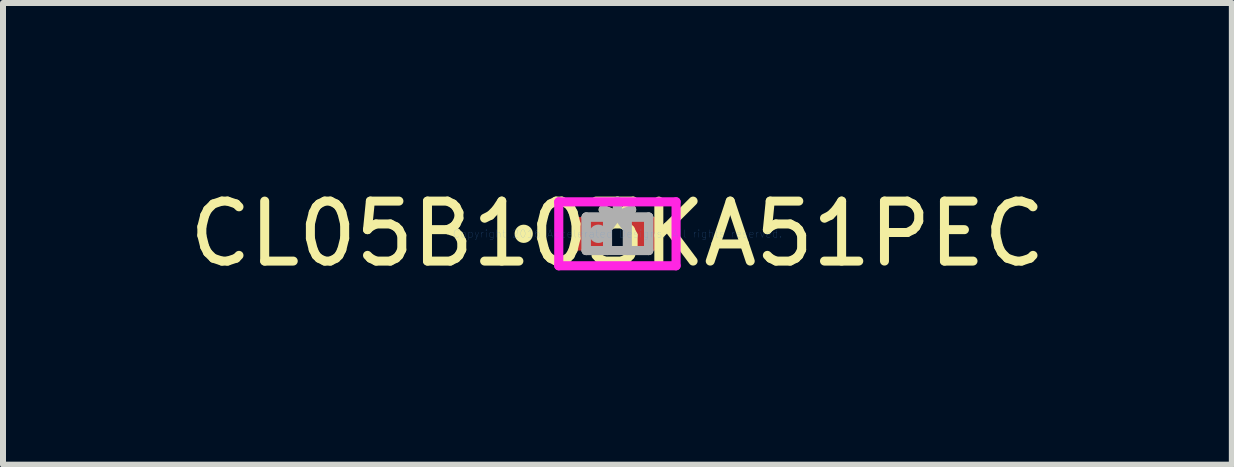
<source format=kicad_pcb>
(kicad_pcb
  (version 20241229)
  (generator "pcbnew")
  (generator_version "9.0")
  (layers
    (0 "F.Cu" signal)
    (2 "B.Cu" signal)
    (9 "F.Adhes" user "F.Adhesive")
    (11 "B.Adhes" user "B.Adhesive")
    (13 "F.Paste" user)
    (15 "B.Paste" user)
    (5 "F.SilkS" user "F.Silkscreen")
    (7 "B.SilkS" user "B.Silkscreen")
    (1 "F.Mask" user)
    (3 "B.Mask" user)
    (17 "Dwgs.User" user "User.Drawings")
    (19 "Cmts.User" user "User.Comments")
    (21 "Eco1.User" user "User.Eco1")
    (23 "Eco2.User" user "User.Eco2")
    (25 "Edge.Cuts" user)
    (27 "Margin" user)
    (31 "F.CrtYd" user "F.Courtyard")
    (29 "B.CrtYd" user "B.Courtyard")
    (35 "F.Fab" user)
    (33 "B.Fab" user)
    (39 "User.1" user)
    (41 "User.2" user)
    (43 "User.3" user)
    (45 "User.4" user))
  (footprint "CL05B103KA51PEC"
    (layer "F.Cu")
    (at 7.244 0.848)
    (property "Reference" "CL05B103KA51PEC" (at 0 0 0) (layer "F.SilkS") (effects (font (size 1 1) (thickness 0.15))))
    (attr through_hole)
    (fp_circle (center -1.562 0) (end -1.486 0) (stroke (width 0.152) (type solid)) (fill no) (layer "F.SilkS"))
    (fp_line (start -0.978 -0.533) (end 0.978 -0.533) (stroke (width 0.152) (type solid)) (layer "F.CrtYd"))
    (fp_line (start -0.978 0.533) (end -0.978 -0.533) (stroke (width 0.152) (type solid)) (layer "F.CrtYd"))
    (fp_line (start 0.978 -0.533) (end 0.978 0.533) (stroke (width 0.152) (type solid)) (layer "F.CrtYd"))
    (fp_line (start 0.978 0.533) (end -0.978 0.533) (stroke (width 0.152) (type solid)) (layer "F.CrtYd"))
    (fp_line (start -0.521 -0.279) (end -0.521 0.279) (stroke (width 0.152) (type solid)) (layer "F.Fab"))
    (fp_line (start -0.521 -0.279) (end -0.521 0.279) (stroke (width 0.152) (type solid)) (layer "F.Fab"))
    (fp_line (start -0.521 0.279) (end -0.165 0.279) (stroke (width 0.152) (type solid)) (layer "F.Fab"))
    (fp_line (start -0.521 0.279) (end 0.521 0.279) (stroke (width 0.152) (type solid)) (layer "F.Fab"))
    (fp_line (start -0.165 -0.279) (end -0.521 -0.279) (stroke (width 0.152) (type solid)) (layer "F.Fab"))
    (fp_line (start -0.165 0.279) (end -0.165 -0.279) (stroke (width 0.152) (type solid)) (layer "F.Fab"))
    (fp_line (start 0.165 -0.279) (end 0.165 0.279) (stroke (width 0.152) (type solid)) (layer "F.Fab"))
    (fp_line (start 0.165 0.279) (end 0.521 0.279) (stroke (width 0.152) (type solid)) (layer "F.Fab"))
    (fp_line (start 0.521 -0.279) (end -0.521 -0.279) (stroke (width 0.152) (type solid)) (layer "F.Fab"))
    (fp_line (start 0.521 -0.279) (end 0.165 -0.279) (stroke (width 0.152) (type solid)) (layer "F.Fab"))
    (fp_line (start 0.521 0.279) (end 0.521 -0.279) (stroke (width 0.152) (type solid)) (layer "F.Fab"))
    (fp_line (start 0.521 0.279) (end 0.521 -0.279) (stroke (width 0.152) (type solid)) (layer "F.Fab"))
    (fp_circle (center -0.318 0) (end -0.241 0) (stroke (width 0.152) (type solid)) (fill no) (layer "F.Fab"))
    (fp_text user "*" (at 0 0 0) (layer "F.SilkS") (effects (font (size 1 1) (thickness 0.15))))
    (fp_text user "Copyright 2016 Accelerated Designs. All rights reserved." (at 0 0 0) (layer "Cmts.User") (effects (font (size 0.127 0.127) (thickness 0.002))))
    (fp_text user "*" (at 0 0 0) (layer "F.Fab") (effects (font (size 1 1) (thickness 0.15))))
    (pad "1" smd rect (at -0.445 0) (size 0.559 0.559) (layers "F.Cu" "F.Mask" "F.Paste"))
    (pad "2" smd rect (at 0.445 0) (size 0.559 0.559) (layers "F.Cu" "F.Mask" "F.Paste")))
  (gr_rect
    (start -3 -3)
    (end 17.488 4.697)
    (stroke (width 0.1) (type default))
    (fill no)
    (layer "Edge.Cuts")))
</source>
